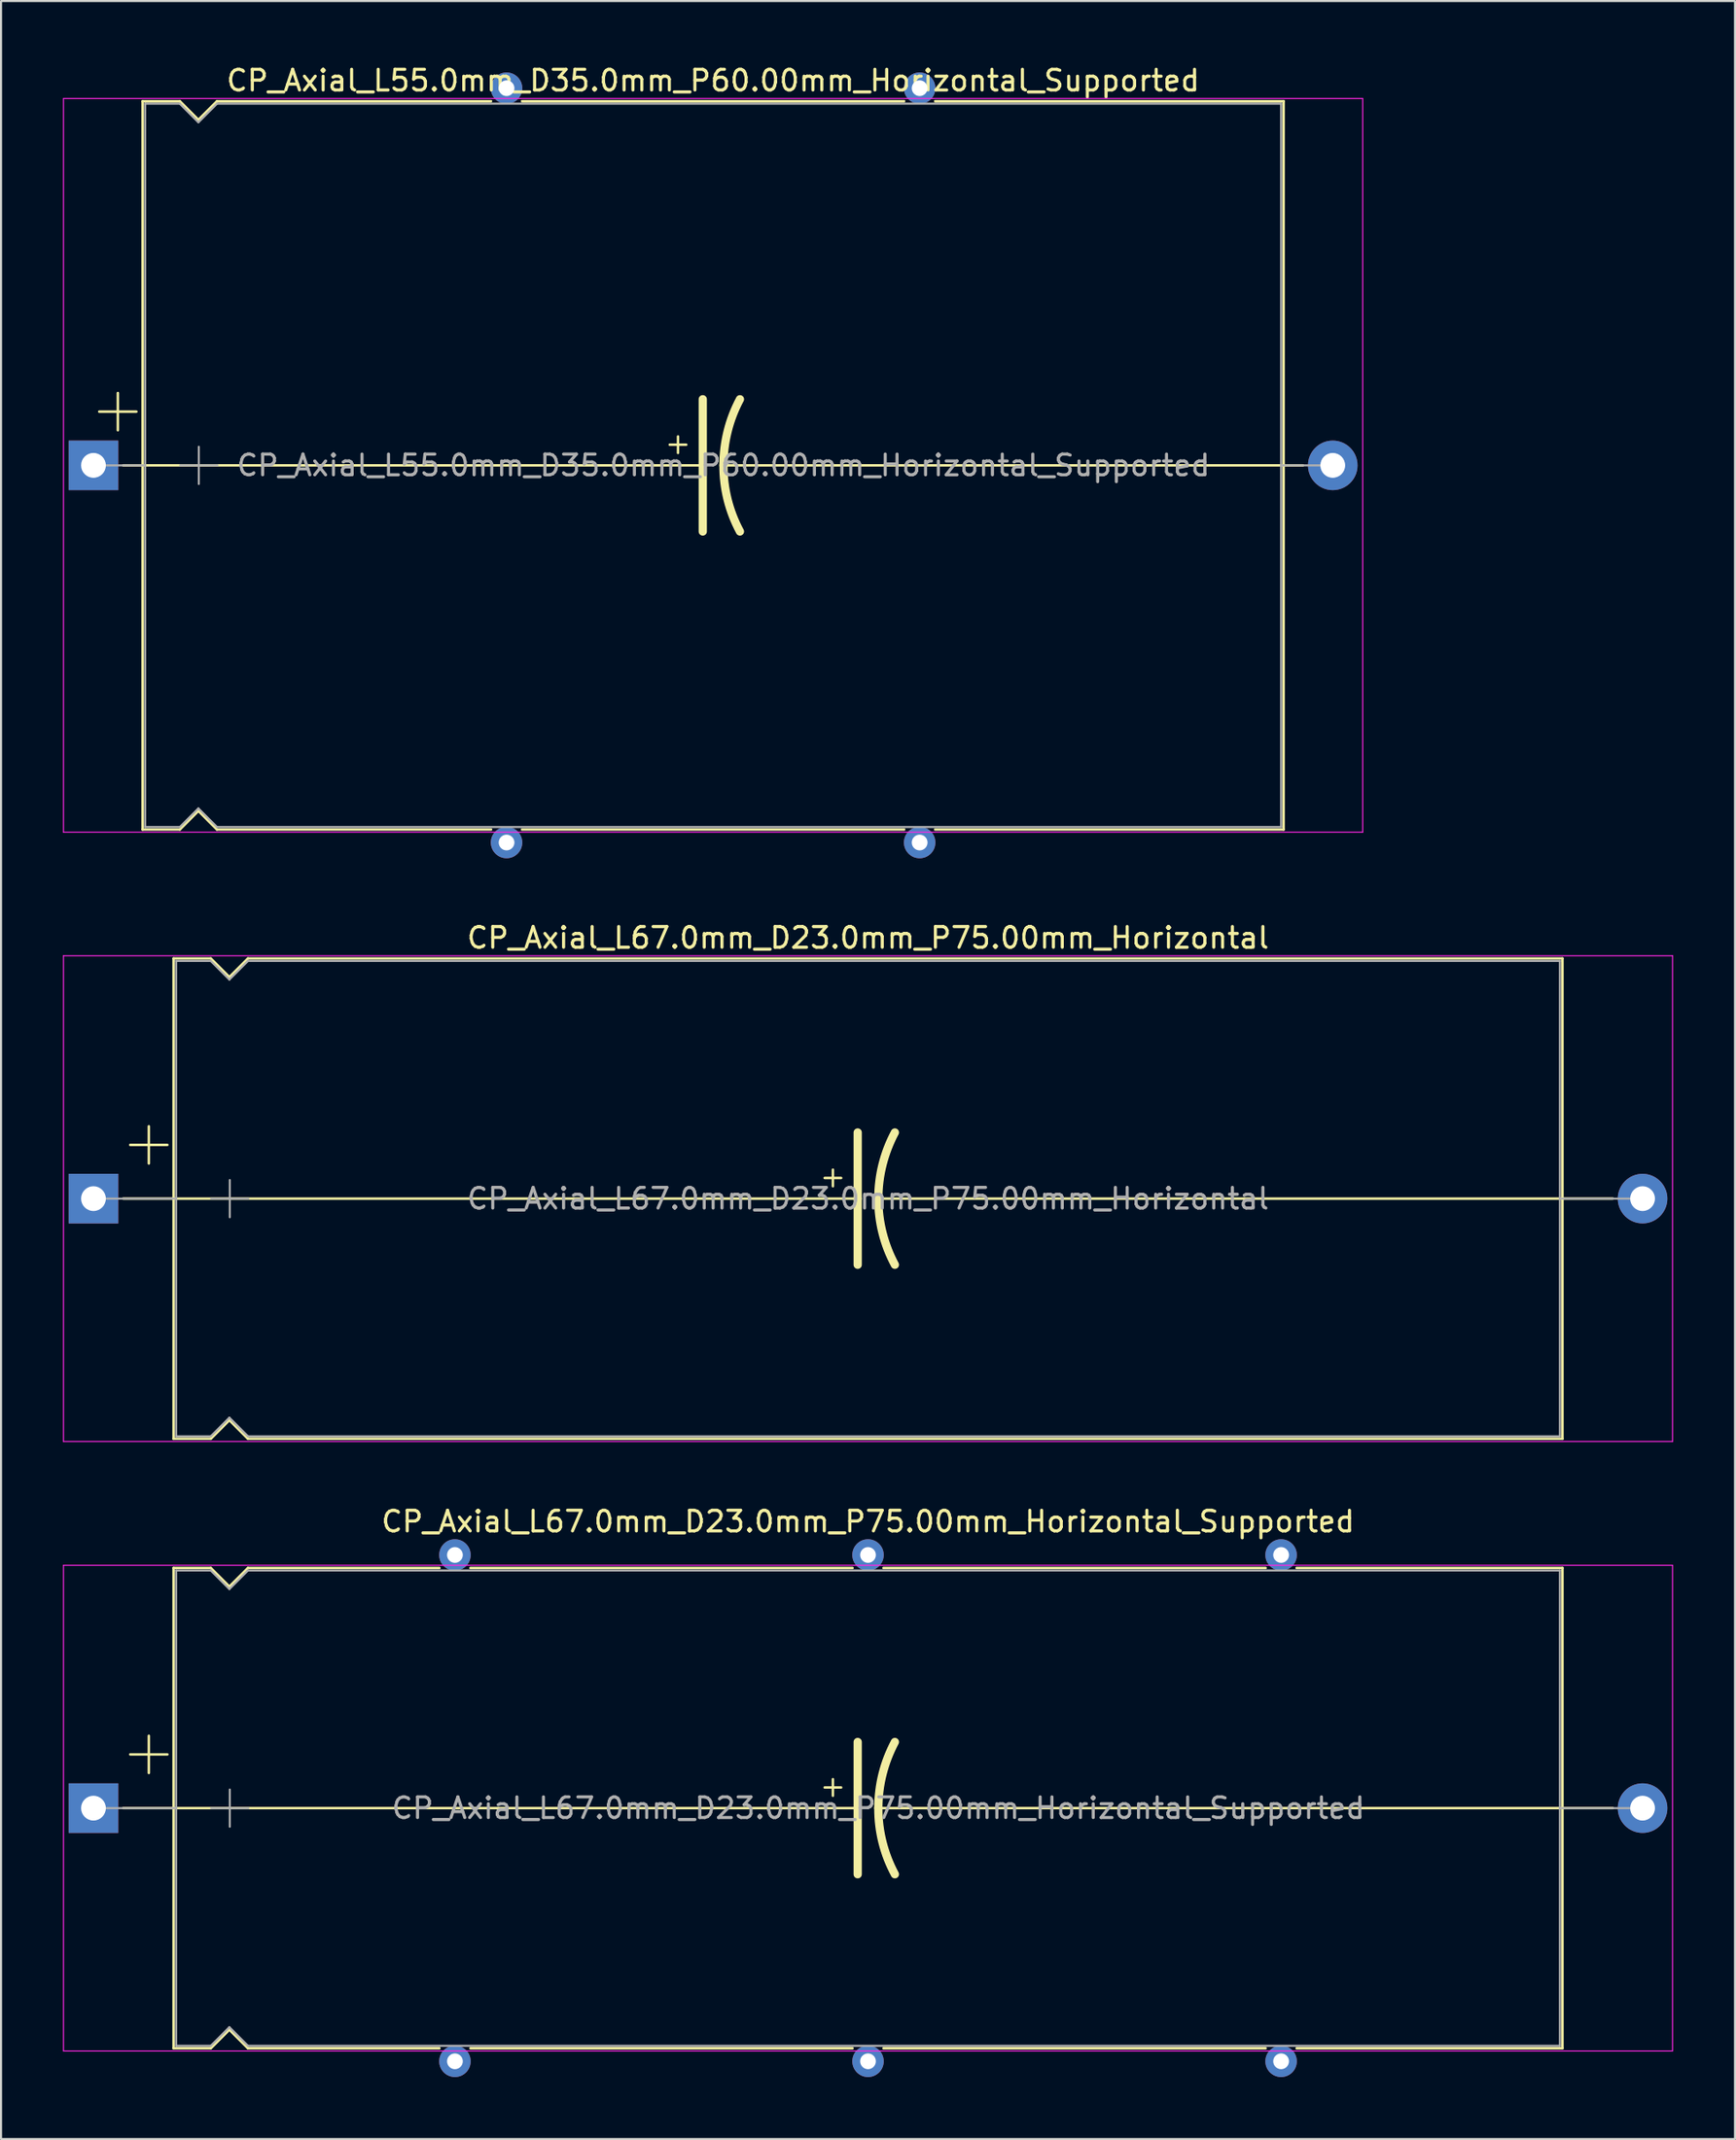
<source format=kicad_pcb>
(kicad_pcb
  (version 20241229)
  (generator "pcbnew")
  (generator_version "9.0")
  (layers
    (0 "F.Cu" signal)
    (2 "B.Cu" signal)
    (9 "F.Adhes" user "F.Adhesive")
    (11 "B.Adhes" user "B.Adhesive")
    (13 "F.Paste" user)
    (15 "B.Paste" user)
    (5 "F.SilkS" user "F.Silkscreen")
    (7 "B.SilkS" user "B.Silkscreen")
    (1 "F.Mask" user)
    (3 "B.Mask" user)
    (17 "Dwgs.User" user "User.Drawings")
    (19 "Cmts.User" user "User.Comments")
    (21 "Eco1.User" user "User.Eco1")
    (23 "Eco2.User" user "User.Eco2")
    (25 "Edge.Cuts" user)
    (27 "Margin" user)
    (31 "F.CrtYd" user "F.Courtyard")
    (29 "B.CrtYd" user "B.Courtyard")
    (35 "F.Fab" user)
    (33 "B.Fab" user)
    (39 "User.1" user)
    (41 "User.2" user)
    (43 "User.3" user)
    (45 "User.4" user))
  (footprint "CP_Axial_L67.0mm_D23.0mm_P75.00mm_Horizontal_Supported"
    (layer "F.Cu")
    (at 1.475 84.442)
    (property "Reference" "CP_Axial_L67.0mm_D23.0mm_P75.00mm_Horizontal_Supported" (at 37.5 -13.87 0) (layer "F.SilkS") (effects (font (size 1 1) (thickness 0.15))))
    (attr through_hole)
    (fp_line (start 1.44 0) (end 3.88 0) (stroke (width 0.12) (type solid)) (layer "F.SilkS"))
    (fp_line (start 1.78 -2.6) (end 3.58 -2.6) (stroke (width 0.12) (type solid)) (layer "F.SilkS"))
    (fp_line (start 2.68 -3.5) (end 2.68 -1.7) (stroke (width 0.12) (type solid)) (layer "F.SilkS"))
    (fp_line (start 3.88 -11.62) (end 3.88 11.62) (stroke (width 0.12) (type solid)) (layer "F.SilkS"))
    (fp_line (start 3.88 -11.62) (end 5.68 -11.62) (stroke (width 0.12) (type solid)) (layer "F.SilkS"))
    (fp_line (start 3.88 0) (end 37 0) (stroke (width 0.12) (type solid)) (layer "F.SilkS"))
    (fp_line (start 3.88 11.62) (end 5.68 11.62) (stroke (width 0.12) (type solid)) (layer "F.SilkS"))
    (fp_line (start 5.68 -11.62) (end 6.58 -10.72) (stroke (width 0.12) (type solid)) (layer "F.SilkS"))
    (fp_line (start 5.68 11.62) (end 6.58 10.72) (stroke (width 0.12) (type solid)) (layer "F.SilkS"))
    (fp_line (start 6.58 -10.72) (end 7.48 -11.62) (stroke (width 0.12) (type solid)) (layer "F.SilkS"))
    (fp_line (start 6.58 10.72) (end 7.48 11.62) (stroke (width 0.12) (type solid)) (layer "F.SilkS"))
    (fp_line (start 7.48 -11.62) (end 16.75 -11.62) (stroke (width 0.12) (type solid)) (layer "F.SilkS"))
    (fp_line (start 7.48 11.62) (end 16.75 11.62) (stroke (width 0.12) (type solid)) (layer "F.SilkS"))
    (fp_line (start 18.25 -11.62) (end 36.75 -11.62) (stroke (width 0.12) (type solid)) (layer "F.SilkS"))
    (fp_line (start 18.25 11.62) (end 36.75 11.62) (stroke (width 0.12) (type solid)) (layer "F.SilkS"))
    (fp_line (start 35.4 -1) (end 36.2 -1) (stroke (width 0.12) (type solid)) (layer "F.SilkS"))
    (fp_line (start 35.8 -1.4) (end 35.8 -0.6) (stroke (width 0.12) (type solid)) (layer "F.SilkS"))
    (fp_line (start 37 0) (end 37 -3.2) (stroke (width 0.4) (type solid)) (layer "F.SilkS"))
    (fp_line (start 37 0) (end 37 3.2) (stroke (width 0.4) (type solid)) (layer "F.SilkS"))
    (fp_line (start 38.25 -11.62) (end 56.75 -11.62) (stroke (width 0.12) (type solid)) (layer "F.SilkS"))
    (fp_line (start 38.25 11.62) (end 56.75 11.62) (stroke (width 0.12) (type solid)) (layer "F.SilkS"))
    (fp_line (start 58.25 -11.62) (end 71.12 -11.62) (stroke (width 0.12) (type solid)) (layer "F.SilkS"))
    (fp_line (start 58.25 11.62) (end 71.12 11.62) (stroke (width 0.12) (type solid)) (layer "F.SilkS"))
    (fp_line (start 71.12 -11.62) (end 71.12 11.62) (stroke (width 0.12) (type solid)) (layer "F.SilkS"))
    (fp_line (start 71.12 0) (end 38 0) (stroke (width 0.12) (type solid)) (layer "F.SilkS"))
    (fp_line (start 73.56 0) (end 71.12 0) (stroke (width 0.12) (type solid)) (layer "F.SilkS"))
    (fp_arc (start 38 0) (mid 38.203545 -1.649114) (end 38.8 -3.2) (stroke (width 0.4) (type solid)) (layer "F.SilkS"))
    (fp_arc (start 38.8 3.2) (mid 38.200709 1.649823) (end 38 0) (stroke (width 0.4) (type solid)) (layer "F.SilkS"))
    (fp_line (start -1.45 -11.75) (end -1.45 11.75) (stroke (width 0.05) (type solid)) (layer "F.CrtYd"))
    (fp_line (start -1.45 11.75) (end 76.45 11.75) (stroke (width 0.05) (type solid)) (layer "F.CrtYd"))
    (fp_line (start 76.45 -11.75) (end -1.45 -11.75) (stroke (width 0.05) (type solid)) (layer "F.CrtYd"))
    (fp_line (start 76.45 11.75) (end 76.45 -11.75) (stroke (width 0.05) (type solid)) (layer "F.CrtYd"))
    (fp_line (start 0 0) (end 4 0) (stroke (width 0.1) (type solid)) (layer "F.Fab"))
    (fp_line (start 4 -11.5) (end 4 11.5) (stroke (width 0.1) (type solid)) (layer "F.Fab"))
    (fp_line (start 4 -11.5) (end 5.68 -11.5) (stroke (width 0.1) (type solid)) (layer "F.Fab"))
    (fp_line (start 4 11.5) (end 5.68 11.5) (stroke (width 0.1) (type solid)) (layer "F.Fab"))
    (fp_line (start 5.68 -11.5) (end 6.58 -10.6) (stroke (width 0.1) (type solid)) (layer "F.Fab"))
    (fp_line (start 5.68 11.5) (end 6.58 10.6) (stroke (width 0.1) (type solid)) (layer "F.Fab"))
    (fp_line (start 5.7 0) (end 7.5 0) (stroke (width 0.1) (type solid)) (layer "F.Fab"))
    (fp_line (start 6.58 -10.6) (end 7.48 -11.5) (stroke (width 0.1) (type solid)) (layer "F.Fab"))
    (fp_line (start 6.58 10.6) (end 7.48 11.5) (stroke (width 0.1) (type solid)) (layer "F.Fab"))
    (fp_line (start 6.6 -0.9) (end 6.6 0.9) (stroke (width 0.1) (type solid)) (layer "F.Fab"))
    (fp_line (start 7.48 -11.5) (end 71 -11.5) (stroke (width 0.1) (type solid)) (layer "F.Fab"))
    (fp_line (start 7.48 11.5) (end 71 11.5) (stroke (width 0.1) (type solid)) (layer "F.Fab"))
    (fp_line (start 71 -11.5) (end 71 11.5) (stroke (width 0.1) (type solid)) (layer "F.Fab"))
    (fp_line (start 75 0) (end 71 0) (stroke (width 0.1) (type solid)) (layer "F.Fab"))
    (fp_text user "${REFERENCE}" (at 38 0 0) (layer "F.Fab") (effects (font (size 1 1) (thickness 0.15))))
    (pad "" thru_hole circle (at 17.5 -12.25) (size 1.524 1.524) (drill 0.762) (layers "*.Cu" "*.Mask"))
    (pad "" thru_hole circle (at 17.5 12.25) (size 1.524 1.524) (drill 0.762) (layers "*.Cu" "*.Mask"))
    (pad "" thru_hole circle (at 37.5 -12.25) (size 1.524 1.524) (drill 0.762) (layers "*.Cu" "*.Mask"))
    (pad "" thru_hole circle (at 37.5 12.25) (size 1.524 1.524) (drill 0.762) (layers "*.Cu" "*.Mask"))
    (pad "" thru_hole circle (at 57.5 -12.25) (size 1.524 1.524) (drill 0.762) (layers "*.Cu" "*.Mask"))
    (pad "" thru_hole circle (at 57.5 12.25) (size 1.524 1.524) (drill 0.762) (layers "*.Cu" "*.Mask"))
    (pad "1" thru_hole rect (at 0 0) (size 2.4 2.4) (drill 1.2) (layers "*.Cu" "*.Mask"))
    (pad "2" thru_hole oval (at 75 0) (size 2.4 2.4) (drill 1.2) (layers "*.Cu" "*.Mask")))
  (footprint "CP_Axial_L67.0mm_D23.0mm_P75.00mm_Horizontal"
    (layer "F.Cu")
    (at 1.475 54.949)
    (property "Reference" "CP_Axial_L67.0mm_D23.0mm_P75.00mm_Horizontal" (at 37.5 -12.62 0) (layer "F.SilkS") (effects (font (size 1 1) (thickness 0.15))))
    (attr through_hole)
    (fp_line (start 1.44 0) (end 3.88 0) (stroke (width 0.12) (type solid)) (layer "F.SilkS"))
    (fp_line (start 1.78 -2.6) (end 3.58 -2.6) (stroke (width 0.12) (type solid)) (layer "F.SilkS"))
    (fp_line (start 2.68 -3.5) (end 2.68 -1.7) (stroke (width 0.12) (type solid)) (layer "F.SilkS"))
    (fp_line (start 3.88 -11.62) (end 3.88 11.62) (stroke (width 0.12) (type solid)) (layer "F.SilkS"))
    (fp_line (start 3.88 -11.62) (end 5.68 -11.62) (stroke (width 0.12) (type solid)) (layer "F.SilkS"))
    (fp_line (start 3.88 0) (end 37 0) (stroke (width 0.12) (type solid)) (layer "F.SilkS"))
    (fp_line (start 3.88 11.62) (end 5.68 11.62) (stroke (width 0.12) (type solid)) (layer "F.SilkS"))
    (fp_line (start 5.68 -11.62) (end 6.58 -10.72) (stroke (width 0.12) (type solid)) (layer "F.SilkS"))
    (fp_line (start 5.68 11.62) (end 6.58 10.72) (stroke (width 0.12) (type solid)) (layer "F.SilkS"))
    (fp_line (start 6.58 -10.72) (end 7.48 -11.62) (stroke (width 0.12) (type solid)) (layer "F.SilkS"))
    (fp_line (start 6.58 10.72) (end 7.48 11.62) (stroke (width 0.12) (type solid)) (layer "F.SilkS"))
    (fp_line (start 7.48 -11.62) (end 71.12 -11.62) (stroke (width 0.12) (type solid)) (layer "F.SilkS"))
    (fp_line (start 7.48 11.62) (end 71.12 11.62) (stroke (width 0.12) (type solid)) (layer "F.SilkS"))
    (fp_line (start 35.4 -1) (end 36.2 -1) (stroke (width 0.12) (type solid)) (layer "F.SilkS"))
    (fp_line (start 35.8 -1.4) (end 35.8 -0.6) (stroke (width 0.12) (type solid)) (layer "F.SilkS"))
    (fp_line (start 37 0) (end 37 -3.2) (stroke (width 0.4) (type solid)) (layer "F.SilkS"))
    (fp_line (start 37 0) (end 37 3.2) (stroke (width 0.4) (type solid)) (layer "F.SilkS"))
    (fp_line (start 71.12 -11.62) (end 71.12 11.62) (stroke (width 0.12) (type solid)) (layer "F.SilkS"))
    (fp_line (start 71.12 0) (end 38 0) (stroke (width 0.12) (type solid)) (layer "F.SilkS"))
    (fp_line (start 73.56 0) (end 71.12 0) (stroke (width 0.12) (type solid)) (layer "F.SilkS"))
    (fp_arc (start 38 0) (mid 38.203545 -1.649114) (end 38.8 -3.2) (stroke (width 0.4) (type solid)) (layer "F.SilkS"))
    (fp_arc (start 38.8 3.2) (mid 38.200709 1.649823) (end 38 0) (stroke (width 0.4) (type solid)) (layer "F.SilkS"))
    (fp_line (start -1.45 -11.75) (end -1.45 11.75) (stroke (width 0.05) (type solid)) (layer "F.CrtYd"))
    (fp_line (start -1.45 11.75) (end 76.45 11.75) (stroke (width 0.05) (type solid)) (layer "F.CrtYd"))
    (fp_line (start 76.45 -11.75) (end -1.45 -11.75) (stroke (width 0.05) (type solid)) (layer "F.CrtYd"))
    (fp_line (start 76.45 11.75) (end 76.45 -11.75) (stroke (width 0.05) (type solid)) (layer "F.CrtYd"))
    (fp_line (start 0 0) (end 4 0) (stroke (width 0.1) (type solid)) (layer "F.Fab"))
    (fp_line (start 4 -11.5) (end 4 11.5) (stroke (width 0.1) (type solid)) (layer "F.Fab"))
    (fp_line (start 4 -11.5) (end 5.68 -11.5) (stroke (width 0.1) (type solid)) (layer "F.Fab"))
    (fp_line (start 4 11.5) (end 5.68 11.5) (stroke (width 0.1) (type solid)) (layer "F.Fab"))
    (fp_line (start 5.68 -11.5) (end 6.58 -10.6) (stroke (width 0.1) (type solid)) (layer "F.Fab"))
    (fp_line (start 5.68 11.5) (end 6.58 10.6) (stroke (width 0.1) (type solid)) (layer "F.Fab"))
    (fp_line (start 5.7 0) (end 7.5 0) (stroke (width 0.1) (type solid)) (layer "F.Fab"))
    (fp_line (start 6.58 -10.6) (end 7.48 -11.5) (stroke (width 0.1) (type solid)) (layer "F.Fab"))
    (fp_line (start 6.58 10.6) (end 7.48 11.5) (stroke (width 0.1) (type solid)) (layer "F.Fab"))
    (fp_line (start 6.6 -0.9) (end 6.6 0.9) (stroke (width 0.1) (type solid)) (layer "F.Fab"))
    (fp_line (start 7.48 -11.5) (end 71 -11.5) (stroke (width 0.1) (type solid)) (layer "F.Fab"))
    (fp_line (start 7.48 11.5) (end 71 11.5) (stroke (width 0.1) (type solid)) (layer "F.Fab"))
    (fp_line (start 71 -11.5) (end 71 11.5) (stroke (width 0.1) (type solid)) (layer "F.Fab"))
    (fp_line (start 75 0) (end 71 0) (stroke (width 0.1) (type solid)) (layer "F.Fab"))
    (fp_text user "${REFERENCE}" (at 37.5 0 0) (layer "F.Fab") (effects (font (size 1 1) (thickness 0.15))))
    (pad "1" thru_hole rect (at 0 0) (size 2.4 2.4) (drill 1.2) (layers "*.Cu" "*.Mask"))
    (pad "2" thru_hole oval (at 75 0) (size 2.4 2.4) (drill 1.2) (layers "*.Cu" "*.Mask")))
  (footprint "CP_Axial_L55.0mm_D35.0mm_P60.00mm_Horizontal_Supported"
    (layer "F.Cu")
    (at 1.475 19.468)
    (property "Reference" "CP_Axial_L55.0mm_D35.0mm_P60.00mm_Horizontal_Supported" (at 30 -18.62 0) (layer "F.SilkS") (effects (font (size 1 1) (thickness 0.15))))
    (attr through_hole)
    (fp_line (start 0.28 -2.6) (end 2.08 -2.6) (stroke (width 0.12) (type solid)) (layer "F.SilkS"))
    (fp_line (start 1.18 -3.5) (end 1.18 -1.7) (stroke (width 0.12) (type solid)) (layer "F.SilkS"))
    (fp_line (start 1.44 0) (end 2.38 0) (stroke (width 0.12) (type solid)) (layer "F.SilkS"))
    (fp_line (start 2.38 -17.62) (end 2.38 17.62) (stroke (width 0.12) (type solid)) (layer "F.SilkS"))
    (fp_line (start 2.38 -17.62) (end 4.18 -17.62) (stroke (width 0.12) (type solid)) (layer "F.SilkS"))
    (fp_line (start 2.38 0) (end 29.5 0) (stroke (width 0.12) (type solid)) (layer "F.SilkS"))
    (fp_line (start 2.38 17.62) (end 4.18 17.62) (stroke (width 0.12) (type solid)) (layer "F.SilkS"))
    (fp_line (start 4.18 -17.62) (end 5.08 -16.72) (stroke (width 0.12) (type solid)) (layer "F.SilkS"))
    (fp_line (start 4.18 17.62) (end 5.08 16.72) (stroke (width 0.12) (type solid)) (layer "F.SilkS"))
    (fp_line (start 5.08 -16.72) (end 5.98 -17.62) (stroke (width 0.12) (type solid)) (layer "F.SilkS"))
    (fp_line (start 5.08 16.72) (end 5.98 17.62) (stroke (width 0.12) (type solid)) (layer "F.SilkS"))
    (fp_line (start 5.98 -17.62) (end 19.25 -17.62) (stroke (width 0.12) (type solid)) (layer "F.SilkS"))
    (fp_line (start 5.98 17.62) (end 19.25 17.62) (stroke (width 0.12) (type solid)) (layer "F.SilkS"))
    (fp_line (start 20.75 -17.62) (end 39.25 -17.62) (stroke (width 0.12) (type solid)) (layer "F.SilkS"))
    (fp_line (start 20.75 17.62) (end 39.25 17.62) (stroke (width 0.12) (type solid)) (layer "F.SilkS"))
    (fp_line (start 27.9 -1) (end 28.7 -1) (stroke (width 0.12) (type solid)) (layer "F.SilkS"))
    (fp_line (start 28.3 -1.4) (end 28.3 -0.6) (stroke (width 0.12) (type solid)) (layer "F.SilkS"))
    (fp_line (start 29.5 0) (end 29.5 -3.2) (stroke (width 0.4) (type solid)) (layer "F.SilkS"))
    (fp_line (start 29.5 0) (end 29.5 3.2) (stroke (width 0.4) (type solid)) (layer "F.SilkS"))
    (fp_line (start 40.75 -17.62) (end 57.62 -17.62) (stroke (width 0.12) (type solid)) (layer "F.SilkS"))
    (fp_line (start 40.75 17.62) (end 57.62 17.62) (stroke (width 0.12) (type solid)) (layer "F.SilkS"))
    (fp_line (start 57.62 -17.62) (end 57.62 17.62) (stroke (width 0.12) (type solid)) (layer "F.SilkS"))
    (fp_line (start 57.62 0) (end 30.5 0) (stroke (width 0.12) (type solid)) (layer "F.SilkS"))
    (fp_line (start 58.56 0) (end 57.62 0) (stroke (width 0.12) (type solid)) (layer "F.SilkS"))
    (fp_arc (start 30.5 0) (mid 30.703545 -1.649114) (end 31.3 -3.2) (stroke (width 0.4) (type solid)) (layer "F.SilkS"))
    (fp_arc (start 31.3 3.2) (mid 30.700709 1.649823) (end 30.5 0) (stroke (width 0.4) (type solid)) (layer "F.SilkS"))
    (fp_line (start -1.45 -17.75) (end -1.45 17.75) (stroke (width 0.05) (type solid)) (layer "F.CrtYd"))
    (fp_line (start -1.45 17.75) (end 61.45 17.75) (stroke (width 0.05) (type solid)) (layer "F.CrtYd"))
    (fp_line (start 61.45 -17.75) (end -1.45 -17.75) (stroke (width 0.05) (type solid)) (layer "F.CrtYd"))
    (fp_line (start 61.45 17.75) (end 61.45 -17.75) (stroke (width 0.05) (type solid)) (layer "F.CrtYd"))
    (fp_line (start 0 0) (end 2.5 0) (stroke (width 0.1) (type solid)) (layer "F.Fab"))
    (fp_line (start 2.5 -17.5) (end 2.5 17.5) (stroke (width 0.1) (type solid)) (layer "F.Fab"))
    (fp_line (start 2.5 -17.5) (end 4.18 -17.5) (stroke (width 0.1) (type solid)) (layer "F.Fab"))
    (fp_line (start 2.5 17.5) (end 4.18 17.5) (stroke (width 0.1) (type solid)) (layer "F.Fab"))
    (fp_line (start 4.18 -17.5) (end 5.08 -16.6) (stroke (width 0.1) (type solid)) (layer "F.Fab"))
    (fp_line (start 4.18 17.5) (end 5.08 16.6) (stroke (width 0.1) (type solid)) (layer "F.Fab"))
    (fp_line (start 4.2 0) (end 6 0) (stroke (width 0.1) (type solid)) (layer "F.Fab"))
    (fp_line (start 5.08 -16.6) (end 5.98 -17.5) (stroke (width 0.1) (type solid)) (layer "F.Fab"))
    (fp_line (start 5.08 16.6) (end 5.98 17.5) (stroke (width 0.1) (type solid)) (layer "F.Fab"))
    (fp_line (start 5.1 -0.9) (end 5.1 0.9) (stroke (width 0.1) (type solid)) (layer "F.Fab"))
    (fp_line (start 5.98 -17.5) (end 57.5 -17.5) (stroke (width 0.1) (type solid)) (layer "F.Fab"))
    (fp_line (start 5.98 17.5) (end 57.5 17.5) (stroke (width 0.1) (type solid)) (layer "F.Fab"))
    (fp_line (start 57.5 -17.5) (end 57.5 17.5) (stroke (width 0.1) (type solid)) (layer "F.Fab"))
    (fp_line (start 60 0) (end 57.5 0) (stroke (width 0.1) (type solid)) (layer "F.Fab"))
    (fp_text user "${REFERENCE}" (at 30.5 0 0) (layer "F.Fab") (effects (font (size 1 1) (thickness 0.15))))
    (pad "" thru_hole circle (at 20 -18.25) (size 1.524 1.524) (drill 0.762) (layers "*.Cu" "*.Mask"))
    (pad "" thru_hole circle (at 20 18.25) (size 1.524 1.524) (drill 0.762) (layers "*.Cu" "*.Mask"))
    (pad "" thru_hole circle (at 40 -18.25) (size 1.524 1.524) (drill 0.762) (layers "*.Cu" "*.Mask"))
    (pad "" thru_hole circle (at 40 18.25) (size 1.524 1.524) (drill 0.762) (layers "*.Cu" "*.Mask"))
    (pad "1" thru_hole rect (at 0 0) (size 2.4 2.4) (drill 1.2) (layers "*.Cu" "*.Mask"))
    (pad "2" thru_hole oval (at 60 0) (size 2.4 2.4) (drill 1.2) (layers "*.Cu" "*.Mask")))
  (gr_rect
    (start -3 -3)
    (end 80.95 100.454)
    (stroke (width 0.1) (type default))
    (fill no)
    (layer "Edge.Cuts")))
</source>
